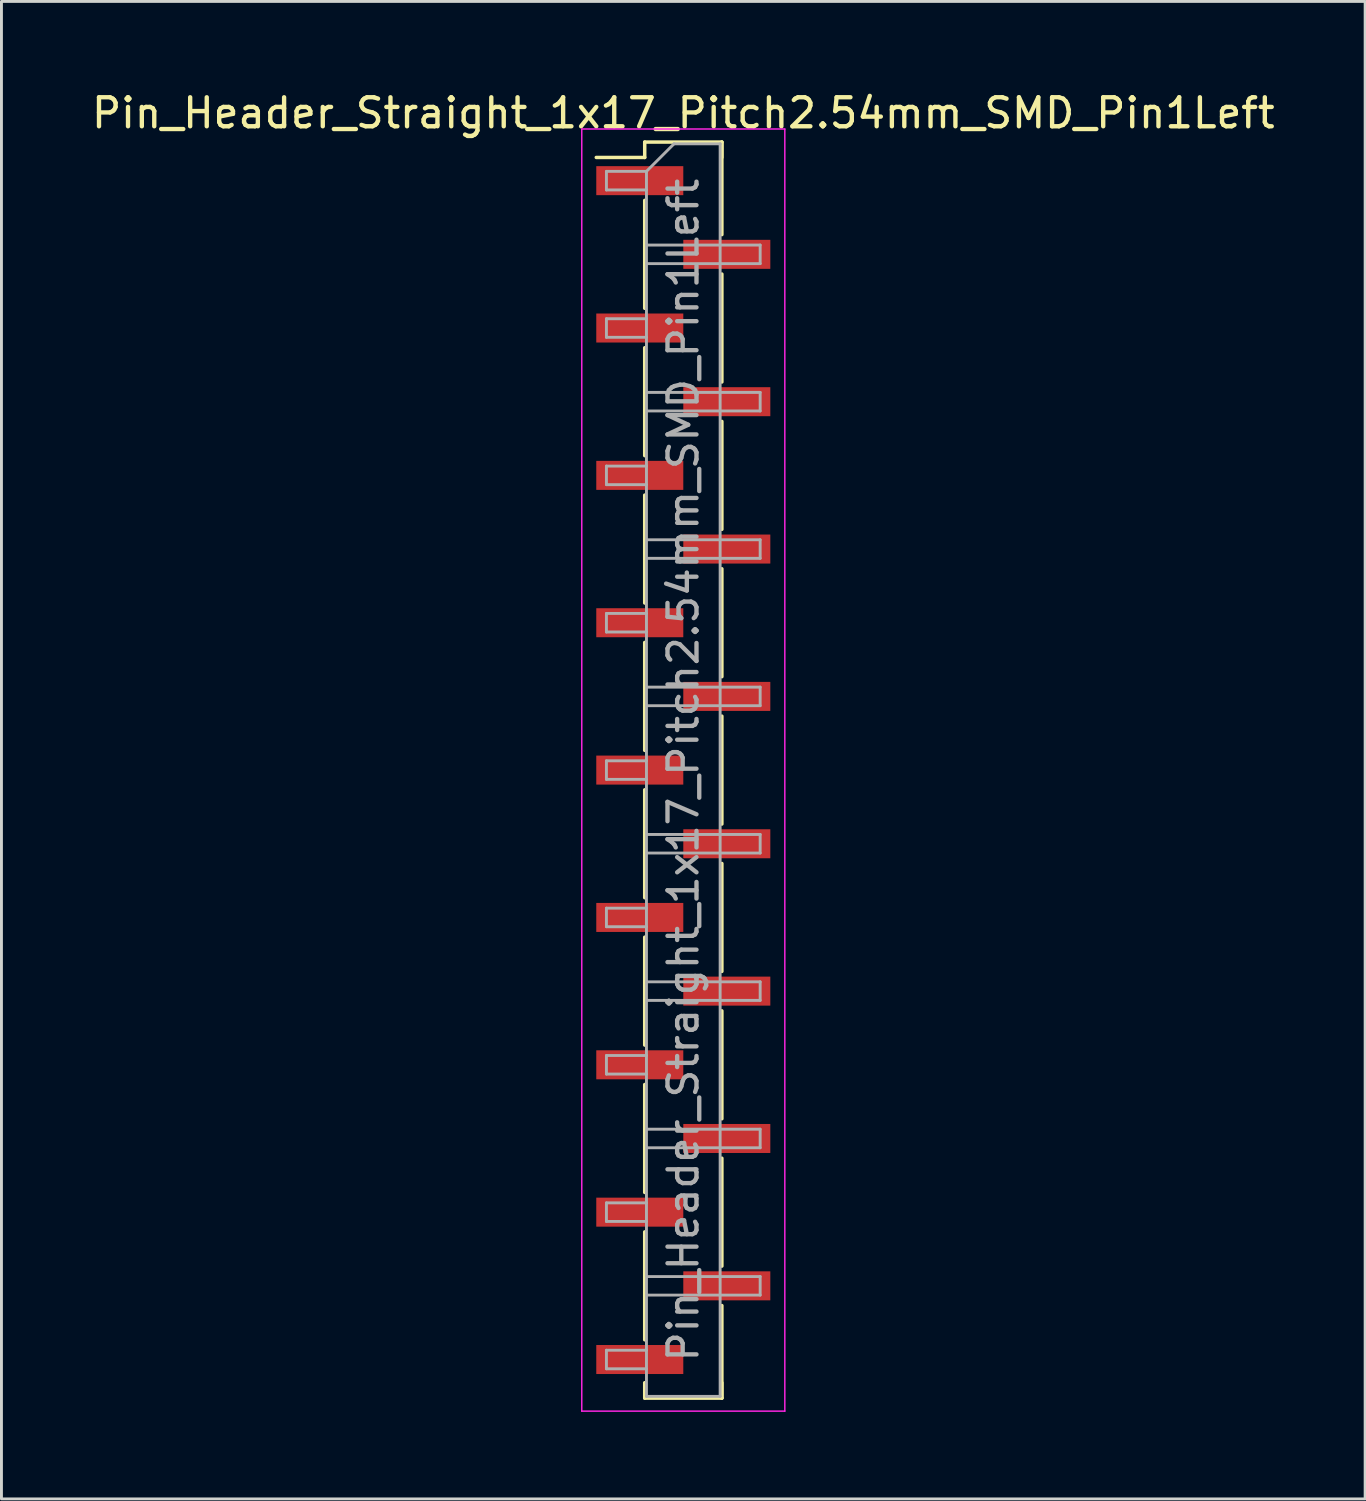
<source format=kicad_pcb>
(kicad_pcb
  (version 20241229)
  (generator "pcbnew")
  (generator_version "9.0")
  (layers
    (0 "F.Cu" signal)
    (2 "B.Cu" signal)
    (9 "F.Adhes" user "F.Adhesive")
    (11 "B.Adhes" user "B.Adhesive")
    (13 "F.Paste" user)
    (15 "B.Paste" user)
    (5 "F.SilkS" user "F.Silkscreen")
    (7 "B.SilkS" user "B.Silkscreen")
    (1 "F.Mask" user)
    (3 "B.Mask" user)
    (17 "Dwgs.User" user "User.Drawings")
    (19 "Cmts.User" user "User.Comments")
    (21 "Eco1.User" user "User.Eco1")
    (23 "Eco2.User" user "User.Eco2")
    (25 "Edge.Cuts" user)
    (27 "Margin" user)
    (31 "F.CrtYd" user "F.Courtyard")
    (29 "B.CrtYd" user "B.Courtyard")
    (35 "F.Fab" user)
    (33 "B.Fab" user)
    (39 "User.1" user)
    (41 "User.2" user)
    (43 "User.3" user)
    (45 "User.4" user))
  (footprint "Pin_Header_Straight_1x17_Pitch2.54mm_SMD_Pin1Left"
    (layer "F.Cu")
    (at 20.506 23.498)
    (property "Reference" "Pin_Header_Straight_1x17_Pitch2.54mm_SMD_Pin1Left" (at 0 -22.65 0) (layer "F.SilkS") (effects (font (size 1 1) (thickness 0.15))))
    (attr smd)
    (fp_line (start -1.33 -21.65) (end 1.33 -21.65) (stroke (width 0.12) (type solid)) (layer "F.SilkS"))
    (fp_line (start -1.33 -21.12) (end -3 -21.12) (stroke (width 0.12) (type solid)) (layer "F.SilkS"))
    (fp_line (start -1.33 -21.12) (end -1.33 -21.65) (stroke (width 0.12) (type solid)) (layer "F.SilkS"))
    (fp_line (start -1.33 -19.64) (end -1.33 -15.92) (stroke (width 0.12) (type solid)) (layer "F.SilkS"))
    (fp_line (start -1.33 -14.56) (end -1.33 -10.84) (stroke (width 0.12) (type solid)) (layer "F.SilkS"))
    (fp_line (start -1.33 -9.48) (end -1.33 -5.76) (stroke (width 0.12) (type solid)) (layer "F.SilkS"))
    (fp_line (start -1.33 -4.4) (end -1.33 -0.68) (stroke (width 0.12) (type solid)) (layer "F.SilkS"))
    (fp_line (start -1.33 0.68) (end -1.33 4.4) (stroke (width 0.12) (type solid)) (layer "F.SilkS"))
    (fp_line (start -1.33 5.76) (end -1.33 9.48) (stroke (width 0.12) (type solid)) (layer "F.SilkS"))
    (fp_line (start -1.33 10.84) (end -1.33 14.56) (stroke (width 0.12) (type solid)) (layer "F.SilkS"))
    (fp_line (start -1.33 15.92) (end -1.33 19.64) (stroke (width 0.12) (type solid)) (layer "F.SilkS"))
    (fp_line (start -1.33 21.12) (end -1.33 21.65) (stroke (width 0.12) (type solid)) (layer "F.SilkS"))
    (fp_line (start -1.33 21.65) (end 1.33 21.65) (stroke (width 0.12) (type solid)) (layer "F.SilkS"))
    (fp_line (start 1.33 -21.65) (end 1.33 -21.12) (stroke (width 0.12) (type solid)) (layer "F.SilkS"))
    (fp_line (start 1.33 -21.65) (end 1.33 -18.46) (stroke (width 0.12) (type solid)) (layer "F.SilkS"))
    (fp_line (start 1.33 -17.1) (end 1.33 -13.38) (stroke (width 0.12) (type solid)) (layer "F.SilkS"))
    (fp_line (start 1.33 -12.02) (end 1.33 -8.3) (stroke (width 0.12) (type solid)) (layer "F.SilkS"))
    (fp_line (start 1.33 -6.94) (end 1.33 -3.22) (stroke (width 0.12) (type solid)) (layer "F.SilkS"))
    (fp_line (start 1.33 -1.86) (end 1.33 1.86) (stroke (width 0.12) (type solid)) (layer "F.SilkS"))
    (fp_line (start 1.33 3.22) (end 1.33 6.94) (stroke (width 0.12) (type solid)) (layer "F.SilkS"))
    (fp_line (start 1.33 8.3) (end 1.33 12.02) (stroke (width 0.12) (type solid)) (layer "F.SilkS"))
    (fp_line (start 1.33 13.38) (end 1.33 17.1) (stroke (width 0.12) (type solid)) (layer "F.SilkS"))
    (fp_line (start 1.33 18.46) (end 1.33 21.65) (stroke (width 0.12) (type solid)) (layer "F.SilkS"))
    (fp_line (start 1.33 21.65) (end 1.33 21.12) (stroke (width 0.12) (type solid)) (layer "F.SilkS"))
    (fp_line (start -3.5 -22.1) (end -3.5 22.1) (stroke (width 0.05) (type solid)) (layer "F.CrtYd"))
    (fp_line (start -3.5 22.1) (end 3.5 22.1) (stroke (width 0.05) (type solid)) (layer "F.CrtYd"))
    (fp_line (start 3.5 -22.1) (end -3.5 -22.1) (stroke (width 0.05) (type solid)) (layer "F.CrtYd"))
    (fp_line (start 3.5 22.1) (end 3.5 -22.1) (stroke (width 0.05) (type solid)) (layer "F.CrtYd"))
    (fp_line (start -2.65 -20.64) (end -2.65 -20) (stroke (width 0.1) (type solid)) (layer "F.Fab"))
    (fp_line (start -2.65 -20) (end -1.27 -20) (stroke (width 0.1) (type solid)) (layer "F.Fab"))
    (fp_line (start -2.65 -15.56) (end -2.65 -14.92) (stroke (width 0.1) (type solid)) (layer "F.Fab"))
    (fp_line (start -2.65 -14.92) (end -1.27 -14.92) (stroke (width 0.1) (type solid)) (layer "F.Fab"))
    (fp_line (start -2.65 -10.48) (end -2.65 -9.84) (stroke (width 0.1) (type solid)) (layer "F.Fab"))
    (fp_line (start -2.65 -9.84) (end -1.27 -9.84) (stroke (width 0.1) (type solid)) (layer "F.Fab"))
    (fp_line (start -2.65 -5.4) (end -2.65 -4.76) (stroke (width 0.1) (type solid)) (layer "F.Fab"))
    (fp_line (start -2.65 -4.76) (end -1.27 -4.76) (stroke (width 0.1) (type solid)) (layer "F.Fab"))
    (fp_line (start -2.65 -0.32) (end -2.65 0.32) (stroke (width 0.1) (type solid)) (layer "F.Fab"))
    (fp_line (start -2.65 0.32) (end -1.27 0.32) (stroke (width 0.1) (type solid)) (layer "F.Fab"))
    (fp_line (start -2.65 4.76) (end -2.65 5.4) (stroke (width 0.1) (type solid)) (layer "F.Fab"))
    (fp_line (start -2.65 5.4) (end -1.27 5.4) (stroke (width 0.1) (type solid)) (layer "F.Fab"))
    (fp_line (start -2.65 9.84) (end -2.65 10.48) (stroke (width 0.1) (type solid)) (layer "F.Fab"))
    (fp_line (start -2.65 10.48) (end -1.27 10.48) (stroke (width 0.1) (type solid)) (layer "F.Fab"))
    (fp_line (start -2.65 14.92) (end -2.65 15.56) (stroke (width 0.1) (type solid)) (layer "F.Fab"))
    (fp_line (start -2.65 15.56) (end -1.27 15.56) (stroke (width 0.1) (type solid)) (layer "F.Fab"))
    (fp_line (start -2.65 20) (end -2.65 20.64) (stroke (width 0.1) (type solid)) (layer "F.Fab"))
    (fp_line (start -2.65 20.64) (end -1.27 20.64) (stroke (width 0.1) (type solid)) (layer "F.Fab"))
    (fp_line (start -1.27 -20.64) (end -2.65 -20.64) (stroke (width 0.1) (type solid)) (layer "F.Fab"))
    (fp_line (start -1.27 -20.64) (end -0.32 -21.59) (stroke (width 0.1) (type solid)) (layer "F.Fab"))
    (fp_line (start -1.27 -18.1) (end 2.65 -18.1) (stroke (width 0.1) (type solid)) (layer "F.Fab"))
    (fp_line (start -1.27 -15.56) (end -2.65 -15.56) (stroke (width 0.1) (type solid)) (layer "F.Fab"))
    (fp_line (start -1.27 -13.02) (end 2.65 -13.02) (stroke (width 0.1) (type solid)) (layer "F.Fab"))
    (fp_line (start -1.27 -10.48) (end -2.65 -10.48) (stroke (width 0.1) (type solid)) (layer "F.Fab"))
    (fp_line (start -1.27 -7.94) (end 2.65 -7.94) (stroke (width 0.1) (type solid)) (layer "F.Fab"))
    (fp_line (start -1.27 -5.4) (end -2.65 -5.4) (stroke (width 0.1) (type solid)) (layer "F.Fab"))
    (fp_line (start -1.27 -2.86) (end 2.65 -2.86) (stroke (width 0.1) (type solid)) (layer "F.Fab"))
    (fp_line (start -1.27 -0.32) (end -2.65 -0.32) (stroke (width 0.1) (type solid)) (layer "F.Fab"))
    (fp_line (start -1.27 2.22) (end 2.65 2.22) (stroke (width 0.1) (type solid)) (layer "F.Fab"))
    (fp_line (start -1.27 4.76) (end -2.65 4.76) (stroke (width 0.1) (type solid)) (layer "F.Fab"))
    (fp_line (start -1.27 7.3) (end 2.65 7.3) (stroke (width 0.1) (type solid)) (layer "F.Fab"))
    (fp_line (start -1.27 9.84) (end -2.65 9.84) (stroke (width 0.1) (type solid)) (layer "F.Fab"))
    (fp_line (start -1.27 12.38) (end 2.65 12.38) (stroke (width 0.1) (type solid)) (layer "F.Fab"))
    (fp_line (start -1.27 14.92) (end -2.65 14.92) (stroke (width 0.1) (type solid)) (layer "F.Fab"))
    (fp_line (start -1.27 17.46) (end 2.65 17.46) (stroke (width 0.1) (type solid)) (layer "F.Fab"))
    (fp_line (start -1.27 20) (end -2.65 20) (stroke (width 0.1) (type solid)) (layer "F.Fab"))
    (fp_line (start -1.27 21.59) (end -1.27 -20.64) (stroke (width 0.1) (type solid)) (layer "F.Fab"))
    (fp_line (start -0.32 -21.59) (end 1.27 -21.59) (stroke (width 0.1) (type solid)) (layer "F.Fab"))
    (fp_line (start 1.27 -21.59) (end 1.27 21.59) (stroke (width 0.1) (type solid)) (layer "F.Fab"))
    (fp_line (start 1.27 21.59) (end -1.27 21.59) (stroke (width 0.1) (type solid)) (layer "F.Fab"))
    (fp_line (start 2.65 -18.1) (end 2.65 -17.46) (stroke (width 0.1) (type solid)) (layer "F.Fab"))
    (fp_line (start 2.65 -17.46) (end -1.27 -17.46) (stroke (width 0.1) (type solid)) (layer "F.Fab"))
    (fp_line (start 2.65 -13.02) (end 2.65 -12.38) (stroke (width 0.1) (type solid)) (layer "F.Fab"))
    (fp_line (start 2.65 -12.38) (end -1.27 -12.38) (stroke (width 0.1) (type solid)) (layer "F.Fab"))
    (fp_line (start 2.65 -7.94) (end 2.65 -7.3) (stroke (width 0.1) (type solid)) (layer "F.Fab"))
    (fp_line (start 2.65 -7.3) (end -1.27 -7.3) (stroke (width 0.1) (type solid)) (layer "F.Fab"))
    (fp_line (start 2.65 -2.86) (end 2.65 -2.22) (stroke (width 0.1) (type solid)) (layer "F.Fab"))
    (fp_line (start 2.65 -2.22) (end -1.27 -2.22) (stroke (width 0.1) (type solid)) (layer "F.Fab"))
    (fp_line (start 2.65 2.22) (end 2.65 2.86) (stroke (width 0.1) (type solid)) (layer "F.Fab"))
    (fp_line (start 2.65 2.86) (end -1.27 2.86) (stroke (width 0.1) (type solid)) (layer "F.Fab"))
    (fp_line (start 2.65 7.3) (end 2.65 7.94) (stroke (width 0.1) (type solid)) (layer "F.Fab"))
    (fp_line (start 2.65 7.94) (end -1.27 7.94) (stroke (width 0.1) (type solid)) (layer "F.Fab"))
    (fp_line (start 2.65 12.38) (end 2.65 13.02) (stroke (width 0.1) (type solid)) (layer "F.Fab"))
    (fp_line (start 2.65 13.02) (end -1.27 13.02) (stroke (width 0.1) (type solid)) (layer "F.Fab"))
    (fp_line (start 2.65 17.46) (end 2.65 18.1) (stroke (width 0.1) (type solid)) (layer "F.Fab"))
    (fp_line (start 2.65 18.1) (end -1.27 18.1) (stroke (width 0.1) (type solid)) (layer "F.Fab"))
    (fp_text user "${REFERENCE}" (at 0 0 90) (layer "F.Fab") (effects (font (size 1 1) (thickness 0.15))))
    (pad "1" smd rect (at -1.5 -20.32) (size 3 1) (layers "F.Cu" "F.Mask"))
    (pad "2" smd rect (at 1.5 -17.78) (size 3 1) (layers "F.Cu" "F.Mask"))
    (pad "3" smd rect (at -1.5 -15.24) (size 3 1) (layers "F.Cu" "F.Mask"))
    (pad "4" smd rect (at 1.5 -12.7) (size 3 1) (layers "F.Cu" "F.Mask"))
    (pad "5" smd rect (at -1.5 -10.16) (size 3 1) (layers "F.Cu" "F.Mask"))
    (pad "6" smd rect (at 1.5 -7.62) (size 3 1) (layers "F.Cu" "F.Mask"))
    (pad "7" smd rect (at -1.5 -5.08) (size 3 1) (layers "F.Cu" "F.Mask"))
    (pad "8" smd rect (at 1.5 -2.54) (size 3 1) (layers "F.Cu" "F.Mask"))
    (pad "9" smd rect (at -1.5 0) (size 3 1) (layers "F.Cu" "F.Mask"))
    (pad "10" smd rect (at 1.5 2.54) (size 3 1) (layers "F.Cu" "F.Mask"))
    (pad "11" smd rect (at -1.5 5.08) (size 3 1) (layers "F.Cu" "F.Mask"))
    (pad "12" smd rect (at 1.5 7.62) (size 3 1) (layers "F.Cu" "F.Mask"))
    (pad "13" smd rect (at -1.5 10.16) (size 3 1) (layers "F.Cu" "F.Mask"))
    (pad "14" smd rect (at 1.5 12.7) (size 3 1) (layers "F.Cu" "F.Mask"))
    (pad "15" smd rect (at -1.5 15.24) (size 3 1) (layers "F.Cu" "F.Mask"))
    (pad "16" smd rect (at 1.5 17.78) (size 3 1) (layers "F.Cu" "F.Mask"))
    (pad "17" smd rect (at -1.5 20.32) (size 3 1) (layers "F.Cu" "F.Mask")))
  (gr_rect
    (start -3 -3)
    (end 44.012 48.623)
    (stroke (width 0.1) (type default))
    (fill no)
    (layer "Edge.Cuts")))
</source>
